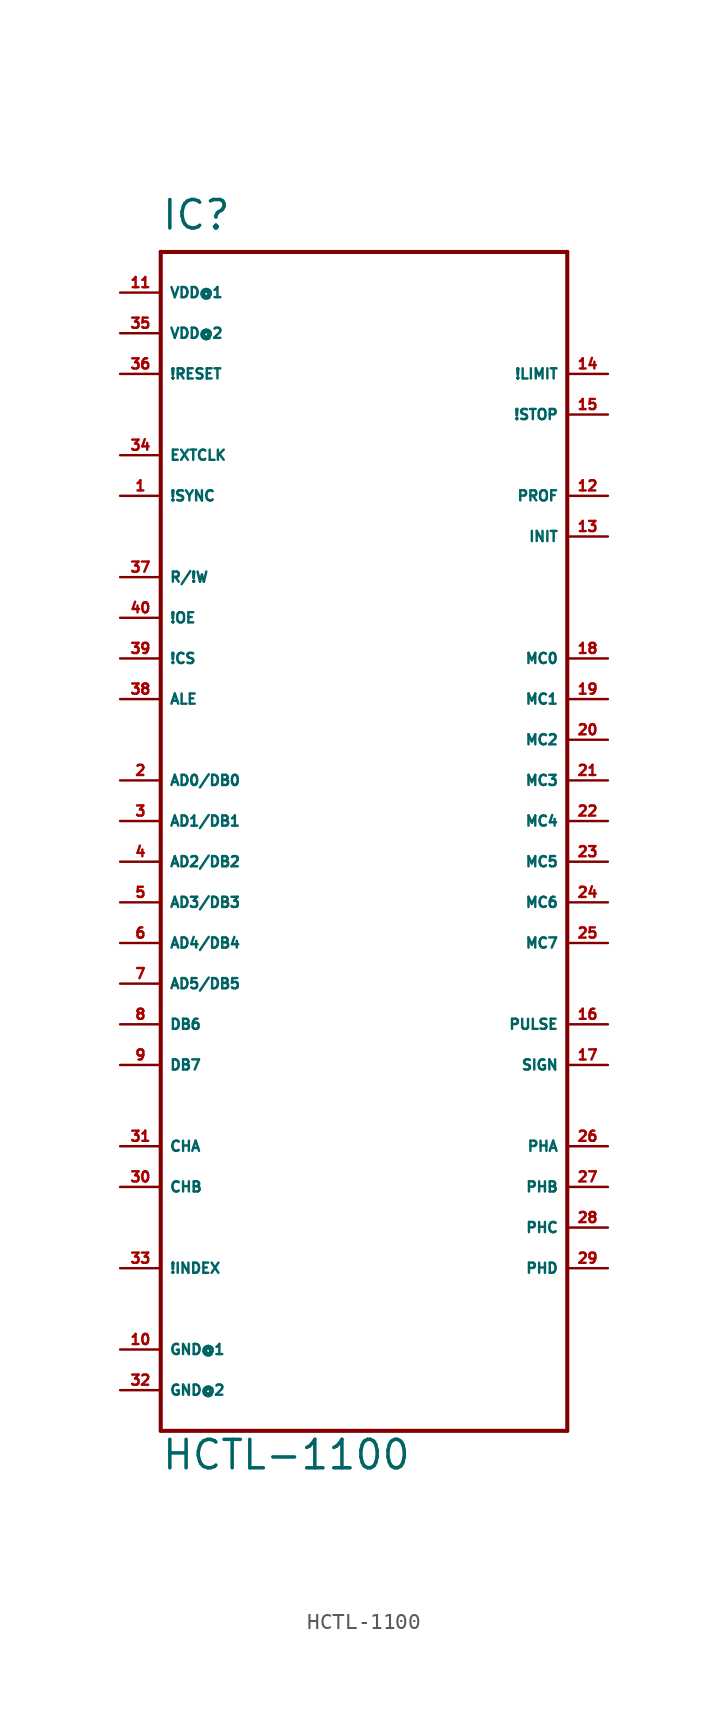
<source format=kicad_sym>
(kicad_symbol_lib
  (version 20220914)
  (generator Eagle2Kicad)
  (symbol "HCTL-1100"
    (property "Reference" "IC"
      (at -12.7 36.83 0)
      (effects (font (size 1.778 1.778) (thickness 0.22)) (justify left bottom)))
    (property "Value" "HCTL-1100"
      (at -12.7 -40.64 0)
      (effects (font (size 1.778 1.778) (thickness 0.22)) (justify left bottom)))
    (polyline
      (pts (xy -12.7 35.56) (xy 12.7 35.56))
      (stroke (width 0.254) (type default))
      (fill (type none)))
    (polyline
      (pts (xy 12.7 35.56) (xy 12.7 -38.1))
      (stroke (width 0.254) (type default))
      (fill (type none)))
    (polyline
      (pts (xy 12.7 -38.1) (xy -12.7 -38.1))
      (stroke (width 0.254) (type default))
      (fill (type none)))
    (polyline
      (pts (xy -12.7 -38.1) (xy -12.7 35.56))
      (stroke (width 0.254) (type default))
      (fill (type none)))
    (pin bidirectional line
      (at -15.24 2.54 0)
      (length 2.54)
      (name "AD0/DB0" (effects (font (size 0.635 0.635) (thickness 0.08)) (justify left bottom)))
      (number "2" (effects (font (size 0.635 0.635) (thickness 0.08)) (justify left bottom))))
    (pin bidirectional line
      (at -15.24 0 0)
      (length 2.54)
      (name "AD1/DB1" (effects (font (size 0.635 0.635) (thickness 0.08)) (justify left bottom)))
      (number "3" (effects (font (size 0.635 0.635) (thickness 0.08)) (justify left bottom))))
    (pin bidirectional line
      (at -15.24 -2.54 0)
      (length 2.54)
      (name "AD2/DB2" (effects (font (size 0.635 0.635) (thickness 0.08)) (justify left bottom)))
      (number "4" (effects (font (size 0.635 0.635) (thickness 0.08)) (justify left bottom))))
    (pin bidirectional line
      (at -15.24 -5.08 0)
      (length 2.54)
      (name "AD3/DB3" (effects (font (size 0.635 0.635) (thickness 0.08)) (justify left bottom)))
      (number "5" (effects (font (size 0.635 0.635) (thickness 0.08)) (justify left bottom))))
    (pin bidirectional line
      (at -15.24 -7.62 0)
      (length 2.54)
      (name "AD4/DB4" (effects (font (size 0.635 0.635) (thickness 0.08)) (justify left bottom)))
      (number "6" (effects (font (size 0.635 0.635) (thickness 0.08)) (justify left bottom))))
    (pin bidirectional line
      (at -15.24 -10.16 0)
      (length 2.54)
      (name "AD5/DB5" (effects (font (size 0.635 0.635) (thickness 0.08)) (justify left bottom)))
      (number "7" (effects (font (size 0.635 0.635) (thickness 0.08)) (justify left bottom))))
    (pin bidirectional line
      (at -15.24 -12.7 0)
      (length 2.54)
      (name "DB6" (effects (font (size 0.635 0.635) (thickness 0.08)) (justify left bottom)))
      (number "8" (effects (font (size 0.635 0.635) (thickness 0.08)) (justify left bottom))))
    (pin bidirectional line
      (at -15.24 -15.24 0)
      (length 2.54)
      (name "DB7" (effects (font (size 0.635 0.635) (thickness 0.08)) (justify left bottom)))
      (number "9" (effects (font (size 0.635 0.635) (thickness 0.08)) (justify left bottom))))
    (pin input line
      (at -15.24 7.62 0)
      (length 2.54)
      (name "ALE" (effects (font (size 0.635 0.635) (thickness 0.08)) (justify left bottom)))
      (number "38" (effects (font (size 0.635 0.635) (thickness 0.08)) (justify left bottom))))
    (pin input line
      (at -15.24 10.16 0)
      (length 2.54)
      (name "!CS" (effects (font (size 0.635 0.635) (thickness 0.08)) (justify left bottom)))
      (number "39" (effects (font (size 0.635 0.635) (thickness 0.08)) (justify left bottom))))
    (pin input line
      (at -15.24 12.7 0)
      (length 2.54)
      (name "!OE" (effects (font (size 0.635 0.635) (thickness 0.08)) (justify left bottom)))
      (number "40" (effects (font (size 0.635 0.635) (thickness 0.08)) (justify left bottom))))
    (pin input line
      (at -15.24 15.24 0)
      (length 2.54)
      (name "R/!W" (effects (font (size 0.635 0.635) (thickness 0.08)) (justify left bottom)))
      (number "37" (effects (font (size 0.635 0.635) (thickness 0.08)) (justify left bottom))))
    (pin input line
      (at -15.24 20.32 0)
      (length 2.54)
      (name "!SYNC" (effects (font (size 0.635 0.635) (thickness 0.08)) (justify left bottom)))
      (number "1" (effects (font (size 0.635 0.635) (thickness 0.08)) (justify left bottom))))
    (pin input line
      (at -15.24 22.86 0)
      (length 2.54)
      (name "EXTCLK" (effects (font (size 0.635 0.635) (thickness 0.08)) (justify left bottom)))
      (number "34" (effects (font (size 0.635 0.635) (thickness 0.08)) (justify left bottom))))
    (pin input line
      (at -15.24 27.94 0)
      (length 2.54)
      (name "!RESET" (effects (font (size 0.635 0.635) (thickness 0.08)) (justify left bottom)))
      (number "36" (effects (font (size 0.635 0.635) (thickness 0.08)) (justify left bottom))))
    (pin input line
      (at 15.24 27.94 180)
      (length 2.54)
      (name "!LIMIT" (effects (font (size 0.635 0.635) (thickness 0.08)) (justify left bottom)))
      (number "14" (effects (font (size 0.635 0.635) (thickness 0.08)) (justify left bottom))))
    (pin input line
      (at 15.24 25.4 180)
      (length 2.54)
      (name "!STOP" (effects (font (size 0.635 0.635) (thickness 0.08)) (justify left bottom)))
      (number "15" (effects (font (size 0.635 0.635) (thickness 0.08)) (justify left bottom))))
    (pin output line
      (at 15.24 20.32 180)
      (length 2.54)
      (name "PROF" (effects (font (size 0.635 0.635) (thickness 0.08)) (justify left bottom)))
      (number "12" (effects (font (size 0.635 0.635) (thickness 0.08)) (justify left bottom))))
    (pin output line
      (at 15.24 17.78 180)
      (length 2.54)
      (name "INIT" (effects (font (size 0.635 0.635) (thickness 0.08)) (justify left bottom)))
      (number "13" (effects (font (size 0.635 0.635) (thickness 0.08)) (justify left bottom))))
    (pin output line
      (at 15.24 10.16 180)
      (length 2.54)
      (name "MC0" (effects (font (size 0.635 0.635) (thickness 0.08)) (justify left bottom)))
      (number "18" (effects (font (size 0.635 0.635) (thickness 0.08)) (justify left bottom))))
    (pin output line
      (at 15.24 7.62 180)
      (length 2.54)
      (name "MC1" (effects (font (size 0.635 0.635) (thickness 0.08)) (justify left bottom)))
      (number "19" (effects (font (size 0.635 0.635) (thickness 0.08)) (justify left bottom))))
    (pin output line
      (at 15.24 5.08 180)
      (length 2.54)
      (name "MC2" (effects (font (size 0.635 0.635) (thickness 0.08)) (justify left bottom)))
      (number "20" (effects (font (size 0.635 0.635) (thickness 0.08)) (justify left bottom))))
    (pin output line
      (at 15.24 2.54 180)
      (length 2.54)
      (name "MC3" (effects (font (size 0.635 0.635) (thickness 0.08)) (justify left bottom)))
      (number "21" (effects (font (size 0.635 0.635) (thickness 0.08)) (justify left bottom))))
    (pin output line
      (at 15.24 0 180)
      (length 2.54)
      (name "MC4" (effects (font (size 0.635 0.635) (thickness 0.08)) (justify left bottom)))
      (number "22" (effects (font (size 0.635 0.635) (thickness 0.08)) (justify left bottom))))
    (pin output line
      (at 15.24 -2.54 180)
      (length 2.54)
      (name "MC5" (effects (font (size 0.635 0.635) (thickness 0.08)) (justify left bottom)))
      (number "23" (effects (font (size 0.635 0.635) (thickness 0.08)) (justify left bottom))))
    (pin output line
      (at 15.24 -5.08 180)
      (length 2.54)
      (name "MC6" (effects (font (size 0.635 0.635) (thickness 0.08)) (justify left bottom)))
      (number "24" (effects (font (size 0.635 0.635) (thickness 0.08)) (justify left bottom))))
    (pin output line
      (at 15.24 -7.62 180)
      (length 2.54)
      (name "MC7" (effects (font (size 0.635 0.635) (thickness 0.08)) (justify left bottom)))
      (number "25" (effects (font (size 0.635 0.635) (thickness 0.08)) (justify left bottom))))
    (pin output line
      (at 15.24 -12.7 180)
      (length 2.54)
      (name "PULSE" (effects (font (size 0.635 0.635) (thickness 0.08)) (justify left bottom)))
      (number "16" (effects (font (size 0.635 0.635) (thickness 0.08)) (justify left bottom))))
    (pin output line
      (at 15.24 -15.24 180)
      (length 2.54)
      (name "SIGN" (effects (font (size 0.635 0.635) (thickness 0.08)) (justify left bottom)))
      (number "17" (effects (font (size 0.635 0.635) (thickness 0.08)) (justify left bottom))))
    (pin output line
      (at 15.24 -20.32 180)
      (length 2.54)
      (name "PHA" (effects (font (size 0.635 0.635) (thickness 0.08)) (justify left bottom)))
      (number "26" (effects (font (size 0.635 0.635) (thickness 0.08)) (justify left bottom))))
    (pin output line
      (at 15.24 -22.86 180)
      (length 2.54)
      (name "PHB" (effects (font (size 0.635 0.635) (thickness 0.08)) (justify left bottom)))
      (number "27" (effects (font (size 0.635 0.635) (thickness 0.08)) (justify left bottom))))
    (pin output line
      (at 15.24 -25.4 180)
      (length 2.54)
      (name "PHC" (effects (font (size 0.635 0.635) (thickness 0.08)) (justify left bottom)))
      (number "28" (effects (font (size 0.635 0.635) (thickness 0.08)) (justify left bottom))))
    (pin output line
      (at 15.24 -27.94 180)
      (length 2.54)
      (name "PHD" (effects (font (size 0.635 0.635) (thickness 0.08)) (justify left bottom)))
      (number "29" (effects (font (size 0.635 0.635) (thickness 0.08)) (justify left bottom))))
    (pin input line
      (at -15.24 -27.94 0)
      (length 2.54)
      (name "!INDEX" (effects (font (size 0.635 0.635) (thickness 0.08)) (justify left bottom)))
      (number "33" (effects (font (size 0.635 0.635) (thickness 0.08)) (justify left bottom))))
    (pin input line
      (at -15.24 -20.32 0)
      (length 2.54)
      (name "CHA" (effects (font (size 0.635 0.635) (thickness 0.08)) (justify left bottom)))
      (number "31" (effects (font (size 0.635 0.635) (thickness 0.08)) (justify left bottom))))
    (pin input line
      (at -15.24 -22.86 0)
      (length 2.54)
      (name "CHB" (effects (font (size 0.635 0.635) (thickness 0.08)) (justify left bottom)))
      (number "30" (effects (font (size 0.635 0.635) (thickness 0.08)) (justify left bottom))))
    (pin unspecified line
      (at -15.24 -33.02 0)
      (length 2.54)
      (name "GND@1" (effects (font (size 0.635 0.635) (thickness 0.08)) (justify left bottom)))
      (number "10" (effects (font (size 0.635 0.635) (thickness 0.08)) (justify left bottom))))
    (pin unspecified line
      (at -15.24 -35.56 0)
      (length 2.54)
      (name "GND@2" (effects (font (size 0.635 0.635) (thickness 0.08)) (justify left bottom)))
      (number "32" (effects (font (size 0.635 0.635) (thickness 0.08)) (justify left bottom))))
    (pin unspecified line
      (at -15.24 33.02 0)
      (length 2.54)
      (name "VDD@1" (effects (font (size 0.635 0.635) (thickness 0.08)) (justify left bottom)))
      (number "11" (effects (font (size 0.635 0.635) (thickness 0.08)) (justify left bottom))))
    (pin unspecified line
      (at -15.24 30.48 0)
      (length 2.54)
      (name "VDD@2" (effects (font (size 0.635 0.635) (thickness 0.08)) (justify left bottom)))
      (number "35" (effects (font (size 0.635 0.635) (thickness 0.08)) (justify left bottom))))))
</source>
